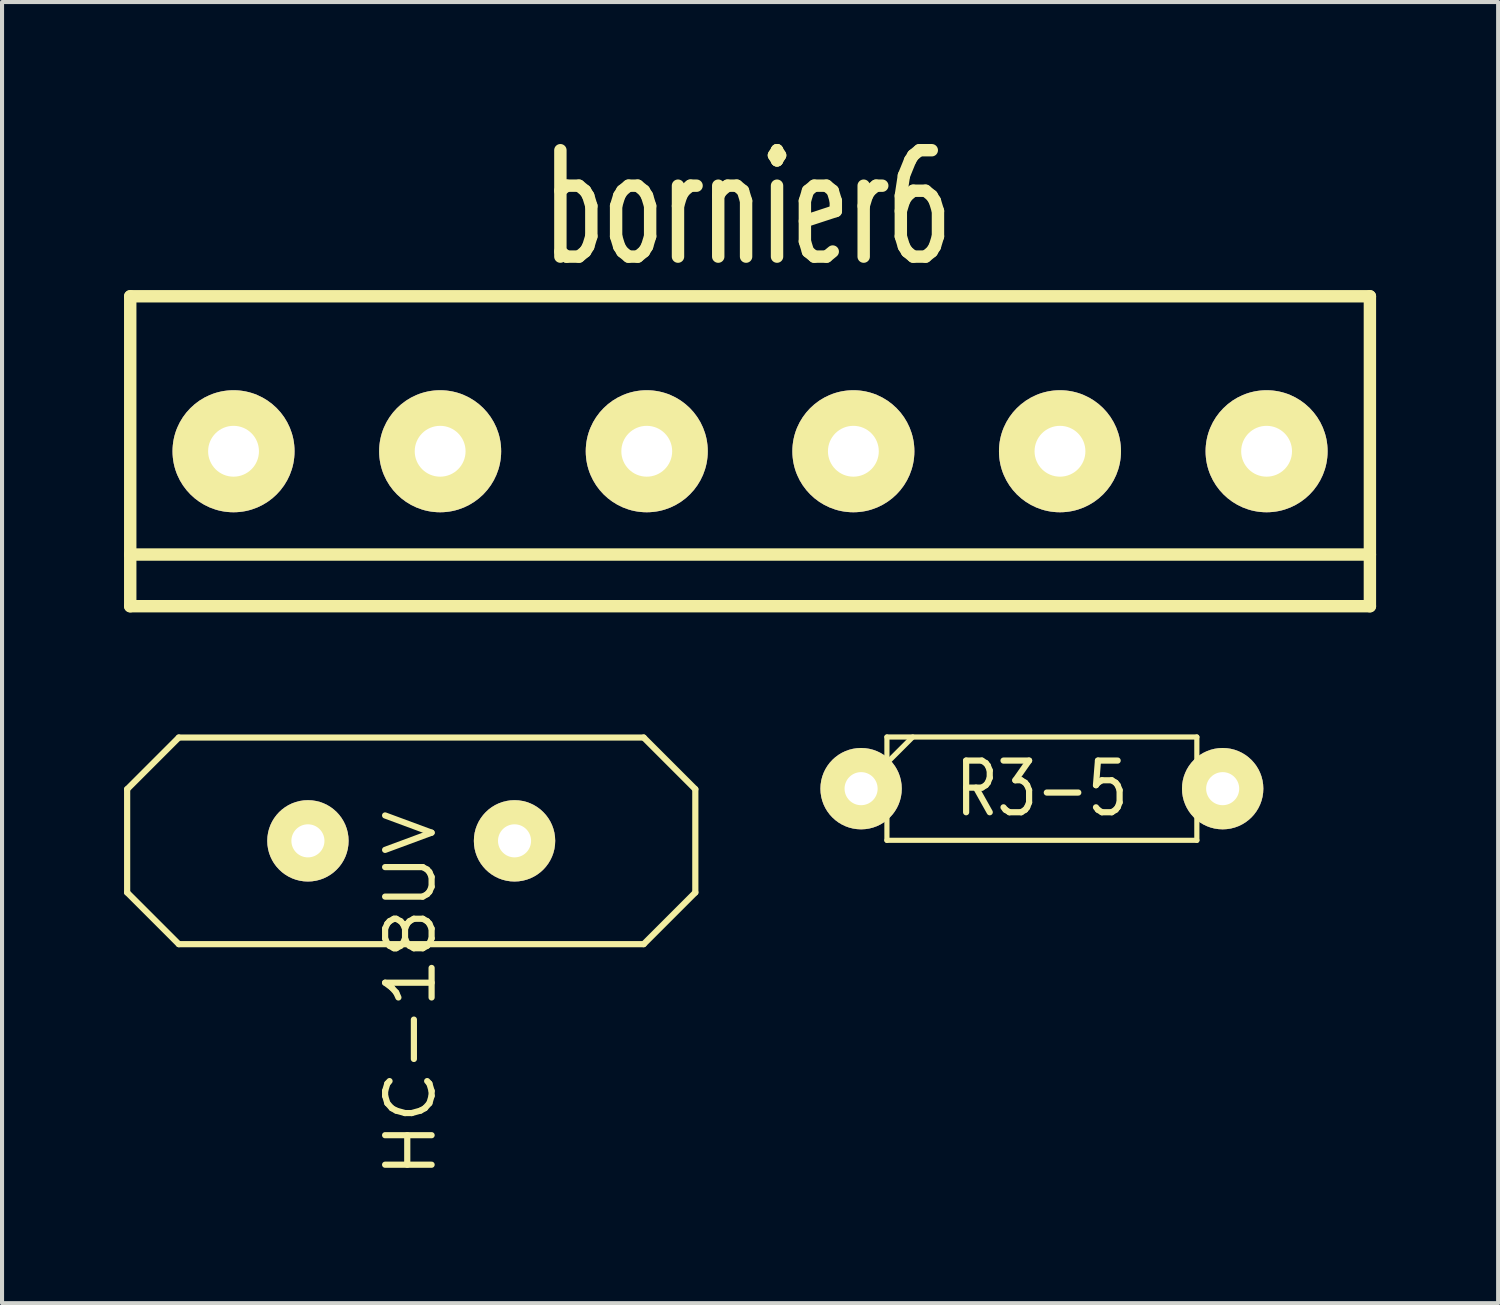
<source format=kicad_pcb>
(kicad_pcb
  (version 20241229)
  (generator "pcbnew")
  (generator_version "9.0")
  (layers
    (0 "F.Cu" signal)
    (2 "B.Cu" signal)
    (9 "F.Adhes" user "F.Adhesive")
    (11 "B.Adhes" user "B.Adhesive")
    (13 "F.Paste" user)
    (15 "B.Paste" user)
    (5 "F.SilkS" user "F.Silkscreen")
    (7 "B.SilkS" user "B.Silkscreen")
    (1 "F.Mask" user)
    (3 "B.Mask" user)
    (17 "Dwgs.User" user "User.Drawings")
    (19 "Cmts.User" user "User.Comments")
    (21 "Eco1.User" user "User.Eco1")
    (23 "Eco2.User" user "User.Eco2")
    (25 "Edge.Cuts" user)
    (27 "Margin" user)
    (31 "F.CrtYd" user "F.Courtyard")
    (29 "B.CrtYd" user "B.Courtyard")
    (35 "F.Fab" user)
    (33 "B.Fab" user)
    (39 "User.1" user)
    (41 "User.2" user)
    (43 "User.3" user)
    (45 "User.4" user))
  (footprint "R3-5"
    (layer "F.Cu")
    (at 22.567 16.341)
    (property "Reference" "R3-5" (at 0 0 0) (layer "F.SilkS") (effects (font (size 1.27 1.016) (thickness 0.152))))
    (attr through_hole)
    (fp_line (start -4.445 0) (end -3.81 0) (stroke (width 0.127) (type solid)) (layer "F.SilkS"))
    (fp_line (start -3.81 -1.27) (end -3.81 -0.635) (stroke (width 0.127) (type solid)) (layer "F.SilkS"))
    (fp_line (start -3.81 -0.635) (end -3.81 1.27) (stroke (width 0.127) (type solid)) (layer "F.SilkS"))
    (fp_line (start -3.81 -0.635) (end -3.175 -1.27) (stroke (width 0.127) (type solid)) (layer "F.SilkS"))
    (fp_line (start -3.81 1.27) (end 3.81 1.27) (stroke (width 0.127) (type solid)) (layer "F.SilkS"))
    (fp_line (start 3.81 -1.27) (end -3.81 -1.27) (stroke (width 0.127) (type solid)) (layer "F.SilkS"))
    (fp_line (start 3.81 0) (end 4.445 0) (stroke (width 0.127) (type solid)) (layer "F.SilkS"))
    (fp_line (start 3.81 1.27) (end 3.81 -1.27) (stroke (width 0.127) (type solid)) (layer "F.SilkS"))
    (pad "1" thru_hole circle (at -4.445 0) (size 2 2) (drill 0.813) (layers "*.Cu" "*.Mask" "F.SilkS"))
    (pad "2" thru_hole circle (at 4.445 0) (size 2 2) (drill 0.813) (layers "*.Cu" "*.Mask" "F.SilkS")))
  (footprint "bornier6"
    (layer "F.Cu")
    (at 15.392 8.045)
    (property "Reference" "bornier6" (at -0.06 -5.98 0) (layer "F.SilkS") (effects (font (size 2.616 1.598) (thickness 0.305))))
    (attr through_hole)
    (fp_line (start -15.24 -3.81) (end -15.24 3.81) (stroke (width 0.305) (type solid)) (layer "F.SilkS"))
    (fp_line (start -15.24 -3.81) (end 15.24 -3.81) (stroke (width 0.305) (type solid)) (layer "F.SilkS"))
    (fp_line (start -15.24 2.54) (end 15.24 2.54) (stroke (width 0.305) (type solid)) (layer "F.SilkS"))
    (fp_line (start -15.24 3.81) (end 15.24 3.81) (stroke (width 0.305) (type solid)) (layer "F.SilkS"))
    (fp_line (start 15.24 3.81) (end 15.24 -3.81) (stroke (width 0.305) (type solid)) (layer "F.SilkS"))
    (pad "1" thru_hole circle (at -12.7 0) (size 3 3) (drill 1.25) (layers "*.Cu" "*.Mask" "F.SilkS"))
    (pad "2" thru_hole circle (at -7.62 0) (size 3 3) (drill 1.25) (layers "*.Cu" "*.Mask" "F.SilkS"))
    (pad "3" thru_hole circle (at -2.54 0) (size 3 3) (drill 1.25) (layers "*.Cu" "*.Mask" "F.SilkS"))
    (pad "4" thru_hole circle (at 2.54 0) (size 3 3) (drill 1.25) (layers "*.Cu" "*.Mask" "F.SilkS"))
    (pad "5" thru_hole circle (at 7.62 0) (size 3 3) (drill 1.25) (layers "*.Cu" "*.Mask" "F.SilkS"))
    (pad "6" thru_hole circle (at 12.7 0) (size 3 3) (drill 1.25) (layers "*.Cu" "*.Mask" "F.SilkS")))
  (footprint "HC-18UV"
    (layer "F.Cu")
    (at 7.061 17.624)
    (property "Reference" "HC-18UV" (at -0.02 3.76 90) (layer "F.SilkS") (effects (font (size 1.143 1.27) (thickness 0.152))))
    (attr through_hole)
    (fp_line (start -6.985 -1.27) (end -6.985 1.27) (stroke (width 0.152) (type solid)) (layer "F.SilkS"))
    (fp_line (start -6.985 -1.27) (end -5.715 -2.54) (stroke (width 0.152) (type solid)) (layer "F.SilkS"))
    (fp_line (start -6.985 1.27) (end -5.715 2.54) (stroke (width 0.152) (type solid)) (layer "F.SilkS"))
    (fp_line (start -5.715 -2.54) (end 5.715 -2.54) (stroke (width 0.152) (type solid)) (layer "F.SilkS"))
    (fp_line (start -5.715 2.54) (end 5.715 2.54) (stroke (width 0.152) (type solid)) (layer "F.SilkS"))
    (fp_line (start 5.715 -2.54) (end 6.985 -1.27) (stroke (width 0.152) (type solid)) (layer "F.SilkS"))
    (fp_line (start 6.985 1.27) (end 5.715 2.54) (stroke (width 0.152) (type solid)) (layer "F.SilkS"))
    (fp_line (start 6.985 1.27) (end 6.985 -1.27) (stroke (width 0.152) (type solid)) (layer "F.SilkS"))
    (pad "1" thru_hole circle (at -2.54 0) (size 2 2) (drill 0.813) (layers "*.Cu" "*.Mask" "F.SilkS"))
    (pad "2" thru_hole circle (at 2.54 0) (size 2 2) (drill 0.813) (layers "*.Cu" "*.Mask" "F.SilkS")))
  (gr_rect
    (start -3 -3)
    (end 33.785 28.991)
    (stroke (width 0.1) (type default))
    (fill no)
    (layer "Edge.Cuts")))
</source>
